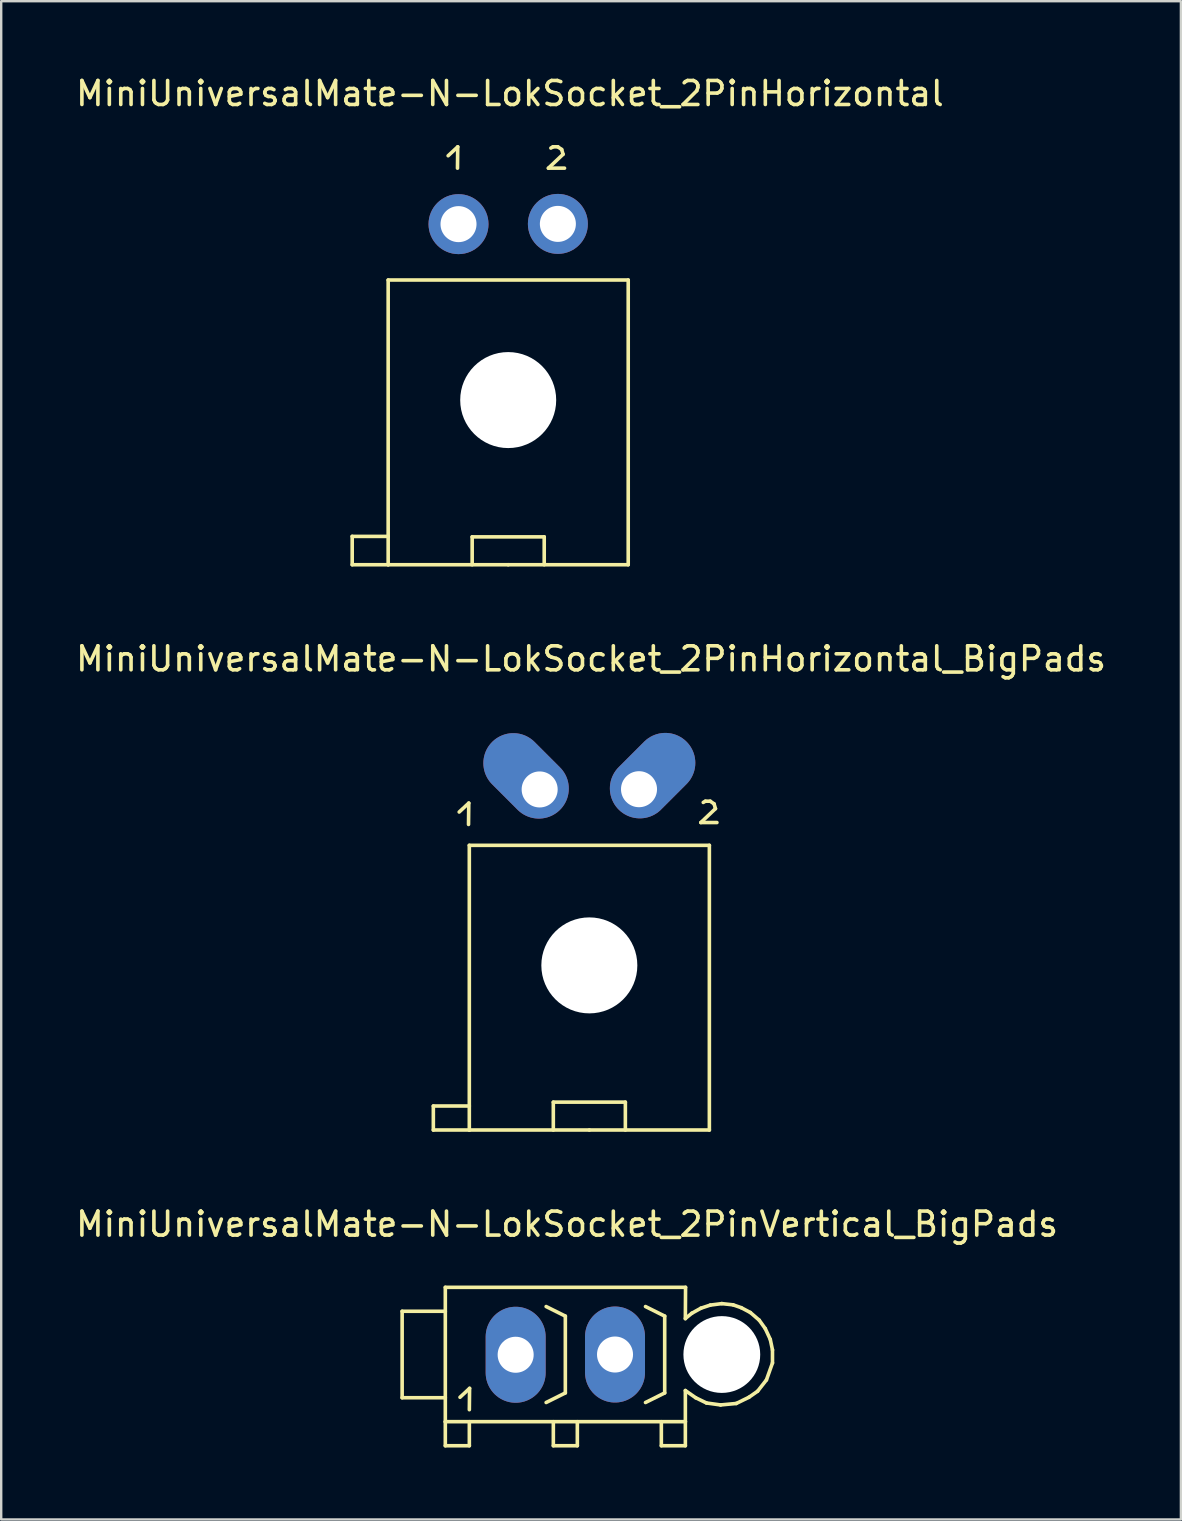
<source format=kicad_pcb>
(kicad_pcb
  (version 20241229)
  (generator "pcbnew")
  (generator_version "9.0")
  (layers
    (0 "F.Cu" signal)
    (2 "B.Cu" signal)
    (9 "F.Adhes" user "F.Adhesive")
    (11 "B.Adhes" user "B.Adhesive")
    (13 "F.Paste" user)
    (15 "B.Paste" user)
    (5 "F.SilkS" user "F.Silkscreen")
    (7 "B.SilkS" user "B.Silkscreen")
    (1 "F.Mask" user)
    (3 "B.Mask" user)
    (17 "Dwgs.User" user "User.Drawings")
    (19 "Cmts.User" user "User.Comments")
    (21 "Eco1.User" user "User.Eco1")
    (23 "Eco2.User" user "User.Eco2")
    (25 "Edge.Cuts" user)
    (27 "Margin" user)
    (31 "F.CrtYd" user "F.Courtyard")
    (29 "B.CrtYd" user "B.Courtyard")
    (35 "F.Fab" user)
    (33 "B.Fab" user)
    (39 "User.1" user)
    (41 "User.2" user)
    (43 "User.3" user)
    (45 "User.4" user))
  (footprint "MiniUniversalMate-N-LokSocket_2PinVertical_BigPads"
    (layer "F.Cu")
    (at 20.506 53.389)
    (property "Reference" "MiniUniversalMate-N-LokSocket_2PinVertical_BigPads" (at 0.071 -5.431 0) (layer "F.SilkS") (effects (font (size 1 1) (thickness 0.15))))
    (attr through_hole)
    (fp_line (start -6.8 -1.801) (end -6.8 1.801) (stroke (width 0.15) (type solid)) (layer "F.SilkS"))
    (fp_line (start -6.8 1.801) (end -5.001 1.801) (stroke (width 0.15) (type solid)) (layer "F.SilkS"))
    (fp_line (start -5.001 -2.799) (end -5.001 2.799) (stroke (width 0.15) (type solid)) (layer "F.SilkS"))
    (fp_line (start -5.001 -2.799) (end 5.009 -2.799) (stroke (width 0.15) (type solid)) (layer "F.SilkS"))
    (fp_line (start -5.001 -1.801) (end -6.8 -1.801) (stroke (width 0.15) (type solid)) (layer "F.SilkS"))
    (fp_line (start -5.001 2.799) (end -5.001 3.8) (stroke (width 0.15) (type solid)) (layer "F.SilkS"))
    (fp_line (start -5.001 2.799) (end 5.001 2.799) (stroke (width 0.15) (type solid)) (layer "F.SilkS"))
    (fp_line (start -5.001 3.8) (end -4 3.8) (stroke (width 0.15) (type solid)) (layer "F.SilkS"))
    (fp_line (start -4.389 1.781) (end -3.99 1.41) (stroke (width 0.15) (type solid)) (layer "F.SilkS"))
    (fp_line (start -4 3.8) (end -4 2.799) (stroke (width 0.15) (type solid)) (layer "F.SilkS"))
    (fp_line (start -3.99 1.41) (end -4 2.299) (stroke (width 0.15) (type solid)) (layer "F.SilkS"))
    (fp_line (start -0.5 3.8) (end -0.5 2.799) (stroke (width 0.15) (type solid)) (layer "F.SilkS"))
    (fp_line (start 0 -1.6) (end -0.8 -1.999) (stroke (width 0.15) (type solid)) (layer "F.SilkS"))
    (fp_line (start 0 -1.6) (end 0 1.6) (stroke (width 0.15) (type solid)) (layer "F.SilkS"))
    (fp_line (start 0 1.6) (end -0.8 1.999) (stroke (width 0.15) (type solid)) (layer "F.SilkS"))
    (fp_line (start 0.5 2.799) (end 0.5 3.8) (stroke (width 0.15) (type solid)) (layer "F.SilkS"))
    (fp_line (start 0.5 3.8) (end -0.5 3.8) (stroke (width 0.15) (type solid)) (layer "F.SilkS"))
    (fp_line (start 4 3.8) (end 4 2.799) (stroke (width 0.15) (type solid)) (layer "F.SilkS"))
    (fp_line (start 4.14 -1.6) (end 3.34 -1.999) (stroke (width 0.15) (type solid)) (layer "F.SilkS"))
    (fp_line (start 4.14 -1.6) (end 4.14 1.6) (stroke (width 0.15) (type solid)) (layer "F.SilkS"))
    (fp_line (start 4.14 1.6) (end 3.34 1.999) (stroke (width 0.15) (type solid)) (layer "F.SilkS"))
    (fp_line (start 5.001 -1.501) (end 5.271 -1.72) (stroke (width 0.15) (type solid)) (layer "F.SilkS"))
    (fp_line (start 5.001 2.799) (end 5.001 1.501) (stroke (width 0.15) (type solid)) (layer "F.SilkS"))
    (fp_line (start 5.001 2.799) (end 5.001 3.8) (stroke (width 0.15) (type solid)) (layer "F.SilkS"))
    (fp_line (start 5.001 3.8) (end 4 3.8) (stroke (width 0.15) (type solid)) (layer "F.SilkS"))
    (fp_line (start 5.009 -2.799) (end 5.001 -1.491) (stroke (width 0.15) (type solid)) (layer "F.SilkS"))
    (fp_line (start 5.271 -1.72) (end 5.649 -1.93) (stroke (width 0.15) (type solid)) (layer "F.SilkS"))
    (fp_line (start 5.431 1.801) (end 5.001 1.501) (stroke (width 0.15) (type solid)) (layer "F.SilkS"))
    (fp_line (start 5.649 -1.93) (end 6.04 -2.06) (stroke (width 0.15) (type solid)) (layer "F.SilkS"))
    (fp_line (start 5.88 2.019) (end 5.431 1.801) (stroke (width 0.15) (type solid)) (layer "F.SilkS"))
    (fp_line (start 6.04 -2.06) (end 6.52 -2.121) (stroke (width 0.15) (type solid)) (layer "F.SilkS"))
    (fp_line (start 6.469 2.101) (end 5.88 2.019) (stroke (width 0.15) (type solid)) (layer "F.SilkS"))
    (fp_line (start 6.52 -2.121) (end 6.99 -2.07) (stroke (width 0.15) (type solid)) (layer "F.SilkS"))
    (fp_line (start 6.99 -2.07) (end 7.33 -1.951) (stroke (width 0.15) (type solid)) (layer "F.SilkS"))
    (fp_line (start 7.12 2.04) (end 6.469 2.101) (stroke (width 0.15) (type solid)) (layer "F.SilkS"))
    (fp_line (start 7.33 -1.951) (end 7.709 -1.75) (stroke (width 0.15) (type solid)) (layer "F.SilkS"))
    (fp_line (start 7.65 1.781) (end 7.12 2.04) (stroke (width 0.15) (type solid)) (layer "F.SilkS"))
    (fp_line (start 7.709 -1.75) (end 8.08 -1.43) (stroke (width 0.15) (type solid)) (layer "F.SilkS"))
    (fp_line (start 8.011 1.529) (end 7.65 1.781) (stroke (width 0.15) (type solid)) (layer "F.SilkS"))
    (fp_line (start 8.08 -1.43) (end 8.331 -1.079) (stroke (width 0.15) (type solid)) (layer "F.SilkS"))
    (fp_line (start 8.331 -1.079) (end 8.539 -0.63) (stroke (width 0.15) (type solid)) (layer "F.SilkS"))
    (fp_line (start 8.379 1.059) (end 8.011 1.529) (stroke (width 0.15) (type solid)) (layer "F.SilkS"))
    (fp_line (start 8.539 -0.63) (end 8.631 -0.191) (stroke (width 0.15) (type solid)) (layer "F.SilkS"))
    (fp_line (start 8.631 -0.191) (end 8.631 0.351) (stroke (width 0.15) (type solid)) (layer "F.SilkS"))
    (fp_line (start 8.631 0.351) (end 8.379 1.059) (stroke (width 0.15) (type solid)) (layer "F.SilkS"))
    (pad "" np_thru_hole circle (at 6.52 0) (size 3.2 3.2) (drill 3.2) (layers "*.Cu" "*.Mask"))
    (pad "1" thru_hole oval (at -2.07 0.01 90) (size 4 2.499) (drill 1.501) (layers "*.Cu" "*.Mask"))
    (pad "2" thru_hole oval (at 2.07 0 90) (size 4 2.499) (drill 1.501) (layers "*.Cu" "*.Mask")))
  (footprint "MiniUniversalMate-N-LokSocket_2PinHorizontal_BigPads"
    (layer "F.Cu")
    (at 21.506 29.834)
    (property "Reference" "MiniUniversalMate-N-LokSocket_2PinHorizontal_BigPads" (at 0.071 -5.431 0) (layer "F.SilkS") (effects (font (size 1 1) (thickness 0.15))))
    (attr through_hole)
    (fp_line (start -6.5 13.2) (end -5.001 13.2) (stroke (width 0.15) (type solid)) (layer "F.SilkS"))
    (fp_line (start -6.5 14.201) (end -6.5 13.2) (stroke (width 0.15) (type solid)) (layer "F.SilkS"))
    (fp_line (start -5.423 0.95) (end -5.024 0.579) (stroke (width 0.15) (type solid)) (layer "F.SilkS"))
    (fp_line (start -5.024 0.579) (end -5.034 1.468) (stroke (width 0.15) (type solid)) (layer "F.SilkS"))
    (fp_line (start -5.001 2.339) (end 5.001 2.339) (stroke (width 0.15) (type solid)) (layer "F.SilkS"))
    (fp_line (start -5.001 14.201) (end -6.5 14.201) (stroke (width 0.15) (type solid)) (layer "F.SilkS"))
    (fp_line (start -5.001 14.201) (end -5.001 2.339) (stroke (width 0.15) (type solid)) (layer "F.SilkS"))
    (fp_line (start -1.501 13.04) (end -1.501 14.201) (stroke (width 0.15) (type solid)) (layer "F.SilkS"))
    (fp_line (start 0 14.201) (end -5.001 14.201) (stroke (width 0.15) (type solid)) (layer "F.SilkS"))
    (fp_line (start 0 14.201) (end 5.001 14.201) (stroke (width 0.15) (type solid)) (layer "F.SilkS"))
    (fp_line (start 1.501 13.04) (end -1.501 13.04) (stroke (width 0.15) (type solid)) (layer "F.SilkS"))
    (fp_line (start 1.501 14.201) (end 1.501 13.04) (stroke (width 0.15) (type solid)) (layer "F.SilkS"))
    (fp_line (start 4.646 1.389) (end 5.316 1.389) (stroke (width 0.15) (type solid)) (layer "F.SilkS"))
    (fp_line (start 4.747 0.551) (end 4.836 0.5) (stroke (width 0.15) (type solid)) (layer "F.SilkS"))
    (fp_line (start 4.836 0.5) (end 5.037 0.5) (stroke (width 0.15) (type solid)) (layer "F.SilkS"))
    (fp_line (start 5.001 2.339) (end 5.001 14.201) (stroke (width 0.15) (type solid)) (layer "F.SilkS"))
    (fp_line (start 5.037 0.5) (end 5.197 0.61) (stroke (width 0.15) (type solid)) (layer "F.SilkS"))
    (fp_line (start 5.197 0.61) (end 5.255 0.81) (stroke (width 0.15) (type solid)) (layer "F.SilkS"))
    (fp_line (start 5.255 0.81) (end 4.646 1.389) (stroke (width 0.15) (type solid)) (layer "F.SilkS"))
    (pad "" np_thru_hole circle (at 0 7.341) (size 4 4) (drill 4) (layers "*.Cu" "*.Mask"))
    (pad "1" thru_hole oval (at -2.07 0.01 315) (size 4 2.499) (drill 1.501 (offset -0.8 0)) (layers "*.Cu" "*.Mask"))
    (pad "2" thru_hole oval (at 2.07 0 45) (size 4 2.499) (drill 1.501 (offset 0.8 0)) (layers "*.Cu" "*.Mask")))
  (footprint "MiniUniversalMate-N-LokSocket_2PinHorizontal"
    (layer "F.Cu")
    (at 18.125 6.279)
    (property "Reference" "MiniUniversalMate-N-LokSocket_2PinHorizontal" (at 0.071 -5.431 0) (layer "F.SilkS") (effects (font (size 1 1) (thickness 0.15))))
    (attr through_hole)
    (fp_line (start -6.5 13.02) (end -5.001 13.02) (stroke (width 0.15) (type solid)) (layer "F.SilkS"))
    (fp_line (start -6.5 14.201) (end -6.5 13.02) (stroke (width 0.15) (type solid)) (layer "F.SilkS"))
    (fp_line (start -5.001 2.339) (end 5.001 2.339) (stroke (width 0.15) (type solid)) (layer "F.SilkS"))
    (fp_line (start -5.001 14.201) (end -6.5 14.201) (stroke (width 0.15) (type solid)) (layer "F.SilkS"))
    (fp_line (start -5.001 14.201) (end -5.001 2.339) (stroke (width 0.15) (type solid)) (layer "F.SilkS"))
    (fp_line (start -2.502 -2.84) (end -2.103 -3.211) (stroke (width 0.15) (type solid)) (layer "F.SilkS"))
    (fp_line (start -2.103 -3.211) (end -2.113 -2.322) (stroke (width 0.15) (type solid)) (layer "F.SilkS"))
    (fp_line (start -1.501 13.04) (end -1.501 14.201) (stroke (width 0.15) (type solid)) (layer "F.SilkS"))
    (fp_line (start 0 14.201) (end -5.001 14.201) (stroke (width 0.15) (type solid)) (layer "F.SilkS"))
    (fp_line (start 0 14.201) (end 5.001 14.201) (stroke (width 0.15) (type solid)) (layer "F.SilkS"))
    (fp_line (start 1.501 13.04) (end -1.501 13.04) (stroke (width 0.15) (type solid)) (layer "F.SilkS"))
    (fp_line (start 1.501 14.201) (end 1.501 13.04) (stroke (width 0.15) (type solid)) (layer "F.SilkS"))
    (fp_line (start 1.676 -2.322) (end 2.347 -2.322) (stroke (width 0.15) (type solid)) (layer "F.SilkS"))
    (fp_line (start 1.778 -3.16) (end 1.867 -3.211) (stroke (width 0.15) (type solid)) (layer "F.SilkS"))
    (fp_line (start 1.867 -3.211) (end 2.068 -3.211) (stroke (width 0.15) (type solid)) (layer "F.SilkS"))
    (fp_line (start 2.068 -3.211) (end 2.228 -3.101) (stroke (width 0.15) (type solid)) (layer "F.SilkS"))
    (fp_line (start 2.228 -3.101) (end 2.286 -2.901) (stroke (width 0.15) (type solid)) (layer "F.SilkS"))
    (fp_line (start 2.286 -2.901) (end 1.676 -2.322) (stroke (width 0.15) (type solid)) (layer "F.SilkS"))
    (fp_line (start 5.001 2.339) (end 5.001 14.201) (stroke (width 0.15) (type solid)) (layer "F.SilkS"))
    (pad "" np_thru_hole circle (at 0 7.341) (size 4 4) (drill 4) (layers "*.Cu" "*.Mask"))
    (pad "1" thru_hole circle (at -2.07 0.01 90) (size 2.499 2.499) (drill 1.501) (layers "*.Cu" "*.Mask"))
    (pad "2" thru_hole circle (at 2.07 0 90) (size 2.499 2.499) (drill 1.501) (layers "*.Cu" "*.Mask")))
  (gr_rect
    (start -3 -3)
    (end 46.155 60.263)
    (stroke (width 0.1) (type default))
    (fill no)
    (layer "Edge.Cuts")))
</source>
